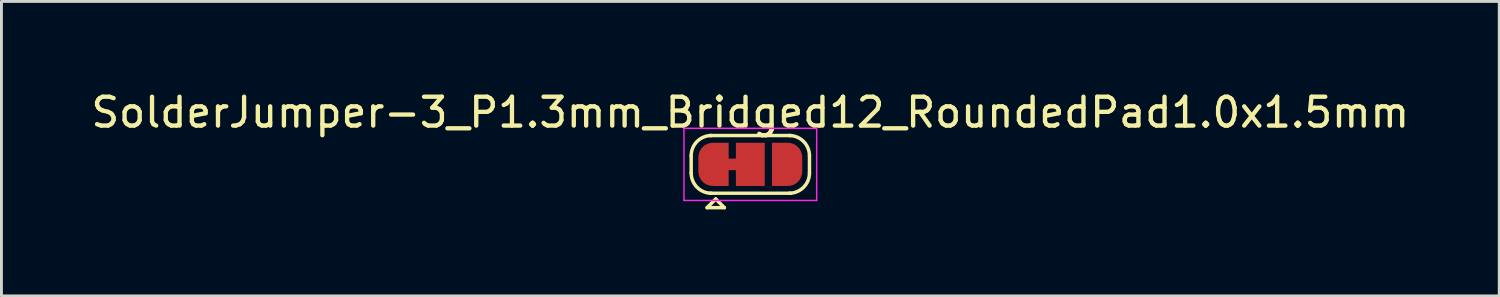
<source format=kicad_pcb>
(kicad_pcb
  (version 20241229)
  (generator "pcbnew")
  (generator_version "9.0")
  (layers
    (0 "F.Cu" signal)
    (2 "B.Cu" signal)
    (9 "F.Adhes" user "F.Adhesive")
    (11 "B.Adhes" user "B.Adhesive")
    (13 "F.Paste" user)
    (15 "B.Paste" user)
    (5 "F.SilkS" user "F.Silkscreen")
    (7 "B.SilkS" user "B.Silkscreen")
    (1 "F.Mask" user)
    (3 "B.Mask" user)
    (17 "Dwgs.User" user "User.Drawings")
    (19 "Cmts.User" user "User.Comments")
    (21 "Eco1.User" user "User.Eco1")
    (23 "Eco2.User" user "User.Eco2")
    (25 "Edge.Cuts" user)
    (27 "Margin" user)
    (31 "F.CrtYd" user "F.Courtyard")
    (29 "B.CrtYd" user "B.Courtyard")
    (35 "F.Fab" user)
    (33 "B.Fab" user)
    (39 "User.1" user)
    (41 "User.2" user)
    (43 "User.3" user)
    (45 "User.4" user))
  (footprint "SolderJumper-3_P1.3mm_Bridged12_RoundedPad1.0x1.5mm"
    (layer "F.Cu")
    (at 22.958 2.648)
    (property "Reference" "SolderJumper-3_P1.3mm_Bridged12_RoundedPad1.0x1.5mm" (at 0 -1.8 0) (layer "F.SilkS") (effects (font (size 1 1) (thickness 0.15))))
    (attr exclude_from_pos_files exclude_from_bom)
    (fp_poly (pts (xy -0.9 -0.2) (xy -0.4 -0.2) (xy -0.4 0.2) (xy -0.9 0.2)) (stroke (width 0) (type solid)) (fill yes) (layer "F.Cu"))
    (fp_line (start -2.05 0.3) (end -2.05 -0.3) (stroke (width 0.12) (type solid)) (layer "F.SilkS"))
    (fp_line (start -1.5 1.5) (end -0.9 1.5) (stroke (width 0.12) (type solid)) (layer "F.SilkS"))
    (fp_line (start -1.4 -1) (end 1.4 -1) (stroke (width 0.12) (type solid)) (layer "F.SilkS"))
    (fp_line (start -1.2 1.2) (end -1.5 1.5) (stroke (width 0.12) (type solid)) (layer "F.SilkS"))
    (fp_line (start -1.2 1.2) (end -0.9 1.5) (stroke (width 0.12) (type solid)) (layer "F.SilkS"))
    (fp_line (start 1.4 1) (end -1.4 1) (stroke (width 0.12) (type solid)) (layer "F.SilkS"))
    (fp_line (start 2.05 -0.3) (end 2.05 0.3) (stroke (width 0.12) (type solid)) (layer "F.SilkS"))
    (fp_arc (start -2.05 -0.3) (mid -1.844975 -0.794975) (end -1.35 -1) (stroke (width 0.12) (type solid)) (layer "F.SilkS"))
    (fp_arc (start -1.35 1) (mid -1.844975 0.794975) (end -2.05 0.3) (stroke (width 0.12) (type solid)) (layer "F.SilkS"))
    (fp_arc (start 1.35 -1) (mid 1.844975 -0.794975) (end 2.05 -0.3) (stroke (width 0.12) (type solid)) (layer "F.SilkS"))
    (fp_arc (start 2.05 0.3) (mid 1.844975 0.794975) (end 1.35 1) (stroke (width 0.12) (type solid)) (layer "F.SilkS"))
    (fp_line (start -2.3 -1.25) (end -2.3 1.25) (stroke (width 0.05) (type solid)) (layer "F.CrtYd"))
    (fp_line (start -2.3 -1.25) (end 2.3 -1.25) (stroke (width 0.05) (type solid)) (layer "F.CrtYd"))
    (fp_line (start 2.3 1.25) (end -2.3 1.25) (stroke (width 0.05) (type solid)) (layer "F.CrtYd"))
    (fp_line (start 2.3 1.25) (end 2.3 -1.25) (stroke (width 0.05) (type solid)) (layer "F.CrtYd"))
    (pad "1" smd custom (at -1.3 0) (size 1 0.5) (layers "F.Cu" "F.Mask") (options (anchor rect)) (primitives (gr_circle (center 0 0.25) (end 0.5 0.25) (width 0) (fill yes)) (gr_circle (center 0 -0.25) (end 0.5 -0.25) (width 0) (fill yes)) (gr_poly (pts (xy 0.55 0.75) (xy 0 0.75) (xy 0 -0.75) (xy 0.55 -0.75)) (width 0) (fill yes))))
    (pad "2" smd rect (at 0 0) (size 1 1.5) (layers "F.Cu" "F.Mask"))
    (pad "3" smd custom (at 1.3 0) (size 1 0.5) (layers "F.Cu" "F.Mask") (options (anchor rect)) (primitives (gr_circle (center 0 0.25) (end 0.5 0.25) (width 0) (fill yes)) (gr_circle (center 0 -0.25) (end 0.5 -0.25) (width 0) (fill yes)) (gr_poly (pts (xy 0 0.75) (xy -0.55 0.75) (xy -0.55 -0.75) (xy 0 -0.75)) (width 0) (fill yes)))))
  (gr_rect
    (start -3 -3)
    (end 48.917 7.208)
    (stroke (width 0.1) (type default))
    (fill no)
    (layer "Edge.Cuts")))
</source>
